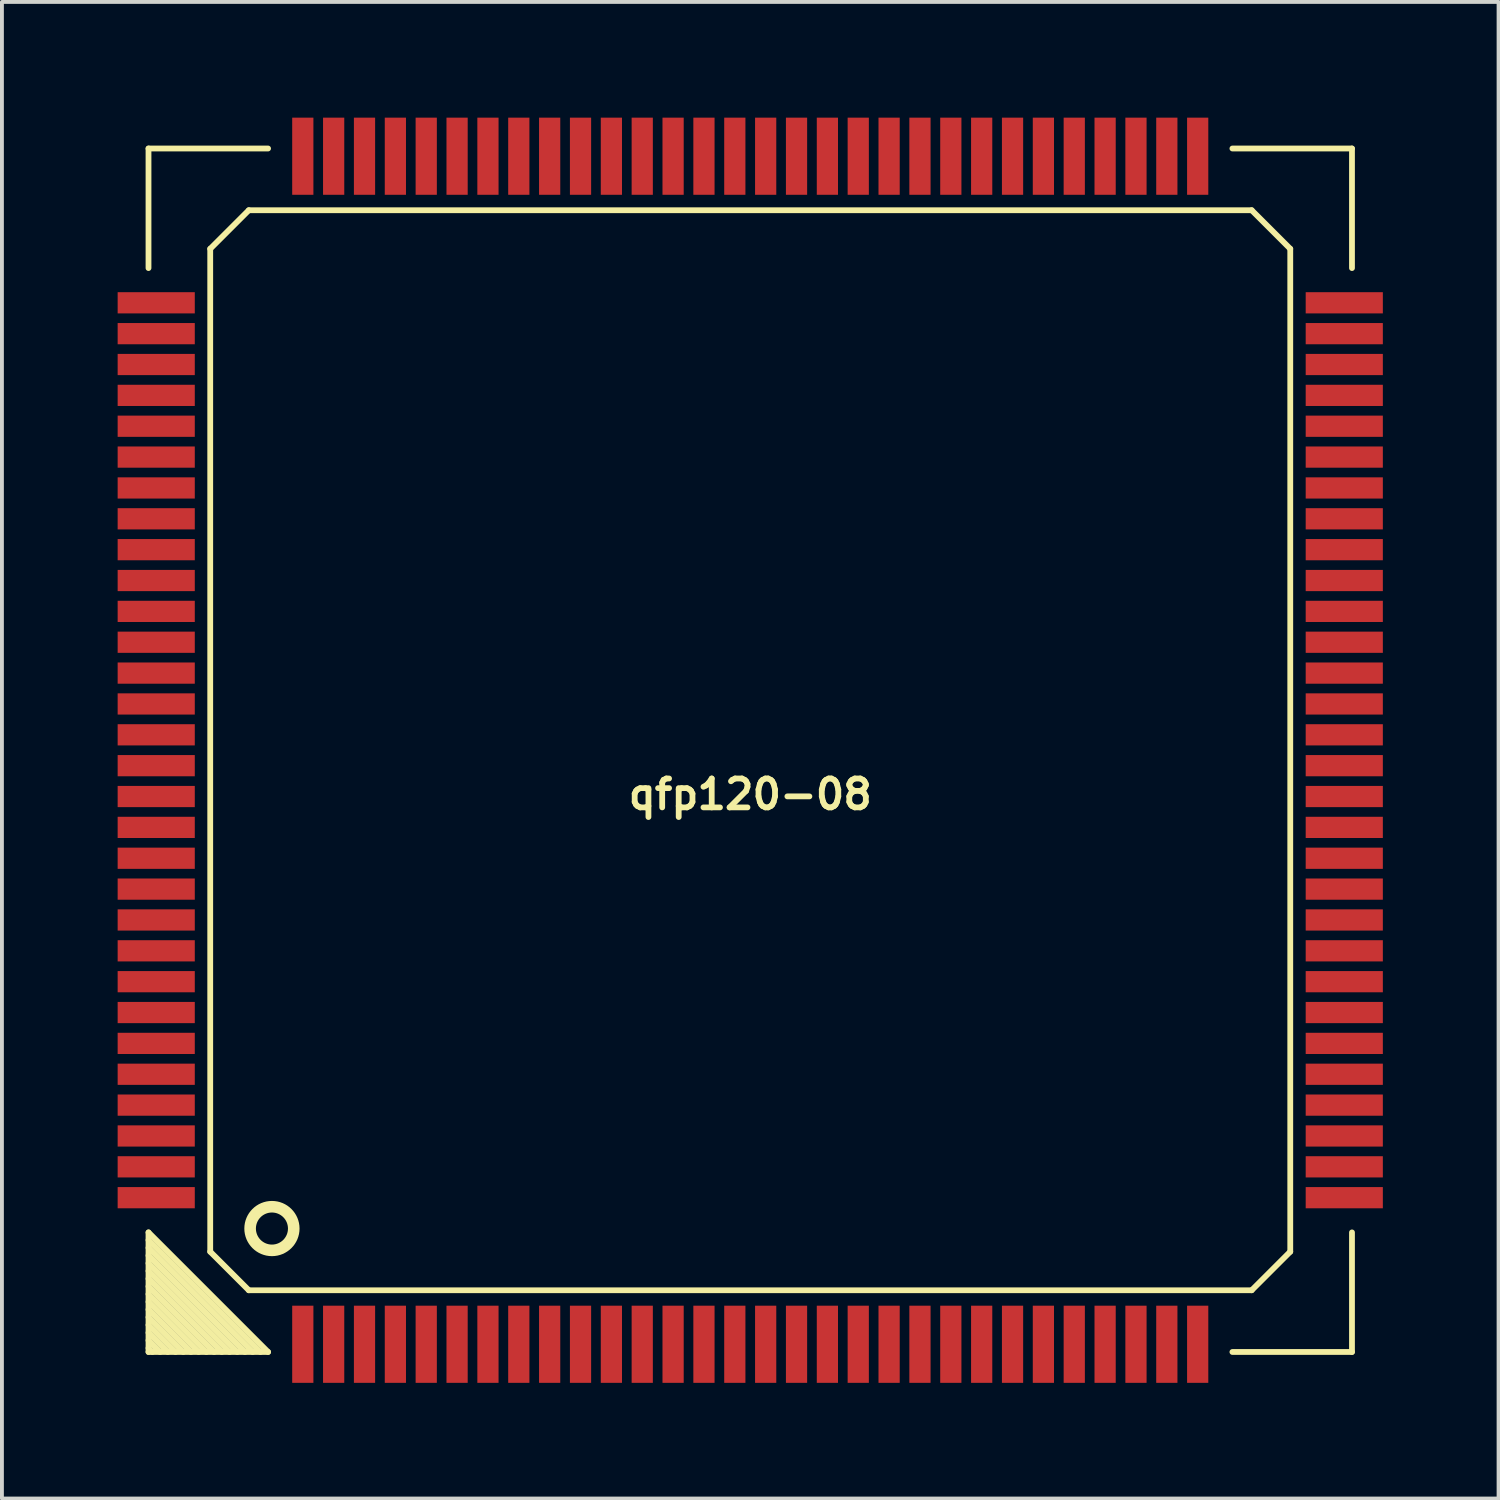
<source format=kicad_pcb>
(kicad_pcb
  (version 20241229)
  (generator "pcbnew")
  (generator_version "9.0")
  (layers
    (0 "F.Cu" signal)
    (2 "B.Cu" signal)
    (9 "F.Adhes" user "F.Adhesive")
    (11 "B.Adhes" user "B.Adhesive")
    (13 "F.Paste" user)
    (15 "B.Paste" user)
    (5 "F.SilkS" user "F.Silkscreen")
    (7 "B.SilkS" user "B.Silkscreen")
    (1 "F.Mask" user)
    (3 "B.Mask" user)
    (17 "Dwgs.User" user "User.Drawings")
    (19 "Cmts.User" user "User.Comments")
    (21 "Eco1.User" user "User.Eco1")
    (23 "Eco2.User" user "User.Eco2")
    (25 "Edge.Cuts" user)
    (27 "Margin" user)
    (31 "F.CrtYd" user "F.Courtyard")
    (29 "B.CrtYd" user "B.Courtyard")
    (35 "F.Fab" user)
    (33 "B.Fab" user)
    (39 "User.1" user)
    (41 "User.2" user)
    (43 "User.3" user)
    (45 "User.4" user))
  (footprint "qfp120-08"
    (layer "F.Cu")
    (at 16.4 16.4)
    (property "Reference" "qfp120-08" (at 0 1.143 0) (layer "F.SilkS") (effects (font (size 0.749 0.749) (thickness 0.15))))
    (attr smd)
    (fp_line (start -15.6 -15.6) (end -12.5 -15.6) (stroke (width 0.15) (type solid)) (layer "F.SilkS"))
    (fp_line (start -15.6 -12.5) (end -15.6 -15.6) (stroke (width 0.15) (type solid)) (layer "F.SilkS"))
    (fp_line (start -15.6 12.7) (end -12.7 15.6) (stroke (width 0.15) (type solid)) (layer "F.SilkS"))
    (fp_line (start -15.6 14.3) (end -14.3 15.6) (stroke (width 0.15) (type solid)) (layer "F.SilkS"))
    (fp_line (start -15.6 14.7) (end -14.7 15.6) (stroke (width 0.15) (type solid)) (layer "F.SilkS"))
    (fp_line (start -15.6 15.1) (end -15.1 15.6) (stroke (width 0.15) (type solid)) (layer "F.SilkS"))
    (fp_line (start -15.6 15.5) (end -15.5 15.6) (stroke (width 0.15) (type solid)) (layer "F.SilkS"))
    (fp_line (start -15.6 15.6) (end -15.6 12.5) (stroke (width 0.15) (type solid)) (layer "F.SilkS"))
    (fp_line (start -15.3 15.6) (end -15.6 15.3) (stroke (width 0.15) (type solid)) (layer "F.SilkS"))
    (fp_line (start -14.9 15.6) (end -15.6 14.9) (stroke (width 0.15) (type solid)) (layer "F.SilkS"))
    (fp_line (start -14.5 15.6) (end -15.6 14.5) (stroke (width 0.15) (type solid)) (layer "F.SilkS"))
    (fp_line (start -14.1 15.6) (end -15.6 14.1) (stroke (width 0.15) (type solid)) (layer "F.SilkS"))
    (fp_line (start -14 -13) (end -13 -14) (stroke (width 0.15) (type solid)) (layer "F.SilkS"))
    (fp_line (start -14 13) (end -14 -13) (stroke (width 0.15) (type solid)) (layer "F.SilkS"))
    (fp_line (start -13.9 15.6) (end -15.6 13.9) (stroke (width 0.15) (type solid)) (layer "F.SilkS"))
    (fp_line (start -13.7 15.6) (end -15.6 13.7) (stroke (width 0.15) (type solid)) (layer "F.SilkS"))
    (fp_line (start -13.5 15.6) (end -15.6 13.5) (stroke (width 0.15) (type solid)) (layer "F.SilkS"))
    (fp_line (start -13.3 15.6) (end -15.6 13.3) (stroke (width 0.15) (type solid)) (layer "F.SilkS"))
    (fp_line (start -13.1 15.6) (end -15.6 13.1) (stroke (width 0.15) (type solid)) (layer "F.SilkS"))
    (fp_line (start -13 -14) (end 13 -14) (stroke (width 0.15) (type solid)) (layer "F.SilkS"))
    (fp_line (start -13 14) (end -14 13) (stroke (width 0.15) (type solid)) (layer "F.SilkS"))
    (fp_line (start -12.9 15.6) (end -15.6 12.9) (stroke (width 0.15) (type solid)) (layer "F.SilkS"))
    (fp_line (start -12.5 15.6) (end -15.6 12.5) (stroke (width 0.15) (type solid)) (layer "F.SilkS"))
    (fp_line (start -12.5 15.6) (end -15.6 15.6) (stroke (width 0.15) (type solid)) (layer "F.SilkS"))
    (fp_line (start 12.5 -15.6) (end 15.6 -15.6) (stroke (width 0.15) (type solid)) (layer "F.SilkS"))
    (fp_line (start 13 -14) (end 14 -13) (stroke (width 0.15) (type solid)) (layer "F.SilkS"))
    (fp_line (start 13 14) (end -13 14) (stroke (width 0.15) (type solid)) (layer "F.SilkS"))
    (fp_line (start 14 13) (end 13 14) (stroke (width 0.15) (type solid)) (layer "F.SilkS"))
    (fp_line (start 14 13) (end 14 -13) (stroke (width 0.15) (type solid)) (layer "F.SilkS"))
    (fp_line (start 15.6 -15.6) (end 15.6 -12.5) (stroke (width 0.15) (type solid)) (layer "F.SilkS"))
    (fp_line (start 15.6 12.5) (end 15.6 15.6) (stroke (width 0.15) (type solid)) (layer "F.SilkS"))
    (fp_line (start 15.6 15.6) (end 12.5 15.6) (stroke (width 0.15) (type solid)) (layer "F.SilkS"))
    (fp_circle (center -12.4 12.4) (end -12.8 12.8) (stroke (width 0.3) (type solid)) (fill no) (layer "F.SilkS"))
    (pad "1" smd rect (at -11.6 15.4) (size 0.55 2) (layers "F.Cu" "F.Mask" "F.Paste"))
    (pad "2" smd rect (at -10.8 15.4) (size 0.55 2) (layers "F.Cu" "F.Mask" "F.Paste"))
    (pad "3" smd rect (at -10 15.4) (size 0.55 2) (layers "F.Cu" "F.Mask" "F.Paste"))
    (pad "4" smd rect (at -9.2 15.4) (size 0.55 2) (layers "F.Cu" "F.Mask" "F.Paste"))
    (pad "5" smd rect (at -8.4 15.4) (size 0.55 2) (layers "F.Cu" "F.Mask" "F.Paste"))
    (pad "6" smd rect (at -7.6 15.4) (size 0.55 2) (layers "F.Cu" "F.Mask" "F.Paste"))
    (pad "7" smd rect (at -6.8 15.4) (size 0.55 2) (layers "F.Cu" "F.Mask" "F.Paste"))
    (pad "8" smd rect (at -6 15.4) (size 0.55 2) (layers "F.Cu" "F.Mask" "F.Paste"))
    (pad "9" smd rect (at -5.2 15.4) (size 0.55 2) (layers "F.Cu" "F.Mask" "F.Paste"))
    (pad "10" smd rect (at -4.4 15.4) (size 0.55 2) (layers "F.Cu" "F.Mask" "F.Paste"))
    (pad "11" smd rect (at -3.6 15.4) (size 0.55 2) (layers "F.Cu" "F.Mask" "F.Paste"))
    (pad "12" smd rect (at -2.8 15.4) (size 0.55 2) (layers "F.Cu" "F.Mask" "F.Paste"))
    (pad "13" smd rect (at -2 15.4) (size 0.55 2) (layers "F.Cu" "F.Mask" "F.Paste"))
    (pad "14" smd rect (at -1.2 15.4) (size 0.55 2) (layers "F.Cu" "F.Mask" "F.Paste"))
    (pad "15" smd rect (at -0.4 15.4) (size 0.55 2) (layers "F.Cu" "F.Mask" "F.Paste"))
    (pad "16" smd rect (at 0.4 15.4) (size 0.55 2) (layers "F.Cu" "F.Mask" "F.Paste"))
    (pad "17" smd rect (at 1.2 15.4) (size 0.55 2) (layers "F.Cu" "F.Mask" "F.Paste"))
    (pad "18" smd rect (at 2 15.4) (size 0.55 2) (layers "F.Cu" "F.Mask" "F.Paste"))
    (pad "19" smd rect (at 2.8 15.4) (size 0.55 2) (layers "F.Cu" "F.Mask" "F.Paste"))
    (pad "20" smd rect (at 3.6 15.4) (size 0.55 2) (layers "F.Cu" "F.Mask" "F.Paste"))
    (pad "21" smd rect (at 4.4 15.4) (size 0.55 2) (layers "F.Cu" "F.Mask" "F.Paste"))
    (pad "22" smd rect (at 5.2 15.4) (size 0.55 2) (layers "F.Cu" "F.Mask" "F.Paste"))
    (pad "23" smd rect (at 6 15.4) (size 0.55 2) (layers "F.Cu" "F.Mask" "F.Paste"))
    (pad "24" smd rect (at 6.8 15.4) (size 0.55 2) (layers "F.Cu" "F.Mask" "F.Paste"))
    (pad "25" smd rect (at 7.6 15.4) (size 0.55 2) (layers "F.Cu" "F.Mask" "F.Paste"))
    (pad "26" smd rect (at 8.4 15.4) (size 0.55 2) (layers "F.Cu" "F.Mask" "F.Paste"))
    (pad "27" smd rect (at 9.2 15.4) (size 0.55 2) (layers "F.Cu" "F.Mask" "F.Paste"))
    (pad "28" smd rect (at 10 15.4) (size 0.55 2) (layers "F.Cu" "F.Mask" "F.Paste"))
    (pad "29" smd rect (at 10.8 15.4) (size 0.55 2) (layers "F.Cu" "F.Mask" "F.Paste"))
    (pad "30" smd rect (at 11.6 15.4) (size 0.55 2) (layers "F.Cu" "F.Mask" "F.Paste"))
    (pad "31" smd rect (at 15.4 11.6) (size 2 0.55) (layers "F.Cu" "F.Mask" "F.Paste"))
    (pad "32" smd rect (at 15.4 10.8) (size 2 0.55) (layers "F.Cu" "F.Mask" "F.Paste"))
    (pad "33" smd rect (at 15.4 10) (size 2 0.55) (layers "F.Cu" "F.Mask" "F.Paste"))
    (pad "34" smd rect (at 15.4 9.2) (size 2 0.55) (layers "F.Cu" "F.Mask" "F.Paste"))
    (pad "35" smd rect (at 15.4 8.4) (size 2 0.55) (layers "F.Cu" "F.Mask" "F.Paste"))
    (pad "36" smd rect (at 15.4 7.6) (size 2 0.55) (layers "F.Cu" "F.Mask" "F.Paste"))
    (pad "37" smd rect (at 15.4 6.8) (size 2 0.55) (layers "F.Cu" "F.Mask" "F.Paste"))
    (pad "38" smd rect (at 15.4 6) (size 2 0.55) (layers "F.Cu" "F.Mask" "F.Paste"))
    (pad "39" smd rect (at 15.4 5.2) (size 2 0.55) (layers "F.Cu" "F.Mask" "F.Paste"))
    (pad "40" smd rect (at 15.4 4.4) (size 2 0.55) (layers "F.Cu" "F.Mask" "F.Paste"))
    (pad "41" smd rect (at 15.4 3.6) (size 2 0.55) (layers "F.Cu" "F.Mask" "F.Paste"))
    (pad "42" smd rect (at 15.4 2.8) (size 2 0.55) (layers "F.Cu" "F.Mask" "F.Paste"))
    (pad "43" smd rect (at 15.4 2) (size 2 0.55) (layers "F.Cu" "F.Mask" "F.Paste"))
    (pad "44" smd rect (at 15.4 1.2) (size 2 0.55) (layers "F.Cu" "F.Mask" "F.Paste"))
    (pad "45" smd rect (at 15.4 0.4) (size 2 0.55) (layers "F.Cu" "F.Mask" "F.Paste"))
    (pad "46" smd rect (at 15.4 -0.4) (size 2 0.55) (layers "F.Cu" "F.Mask" "F.Paste"))
    (pad "47" smd rect (at 15.4 -1.2) (size 2 0.55) (layers "F.Cu" "F.Mask" "F.Paste"))
    (pad "48" smd rect (at 15.4 -2) (size 2 0.55) (layers "F.Cu" "F.Mask" "F.Paste"))
    (pad "49" smd rect (at 15.4 -2.8) (size 2 0.55) (layers "F.Cu" "F.Mask" "F.Paste"))
    (pad "50" smd rect (at 15.4 -3.6) (size 2 0.55) (layers "F.Cu" "F.Mask" "F.Paste"))
    (pad "51" smd rect (at 15.4 -4.4) (size 2 0.55) (layers "F.Cu" "F.Mask" "F.Paste"))
    (pad "52" smd rect (at 15.4 -5.2) (size 2 0.55) (layers "F.Cu" "F.Mask" "F.Paste"))
    (pad "53" smd rect (at 15.4 -6) (size 2 0.55) (layers "F.Cu" "F.Mask" "F.Paste"))
    (pad "54" smd rect (at 15.4 -6.8) (size 2 0.55) (layers "F.Cu" "F.Mask" "F.Paste"))
    (pad "55" smd rect (at 15.4 -7.6) (size 2 0.55) (layers "F.Cu" "F.Mask" "F.Paste"))
    (pad "56" smd rect (at 15.4 -8.4) (size 2 0.55) (layers "F.Cu" "F.Mask" "F.Paste"))
    (pad "57" smd rect (at 15.4 -9.2) (size 2 0.55) (layers "F.Cu" "F.Mask" "F.Paste"))
    (pad "58" smd rect (at 15.4 -10) (size 2 0.55) (layers "F.Cu" "F.Mask" "F.Paste"))
    (pad "59" smd rect (at 15.4 -10.8) (size 2 0.55) (layers "F.Cu" "F.Mask" "F.Paste"))
    (pad "60" smd rect (at 15.4 -11.6) (size 2 0.55) (layers "F.Cu" "F.Mask" "F.Paste"))
    (pad "61" smd rect (at 11.6 -15.4) (size 0.55 2) (layers "F.Cu" "F.Mask" "F.Paste"))
    (pad "62" smd rect (at 10.8 -15.4) (size 0.55 2) (layers "F.Cu" "F.Mask" "F.Paste"))
    (pad "63" smd rect (at 10 -15.4) (size 0.55 2) (layers "F.Cu" "F.Mask" "F.Paste"))
    (pad "64" smd rect (at 9.2 -15.4) (size 0.55 2) (layers "F.Cu" "F.Mask" "F.Paste"))
    (pad "65" smd rect (at 8.4 -15.4) (size 0.55 2) (layers "F.Cu" "F.Mask" "F.Paste"))
    (pad "66" smd rect (at 7.6 -15.4) (size 0.55 2) (layers "F.Cu" "F.Mask" "F.Paste"))
    (pad "67" smd rect (at 6.8 -15.4) (size 0.55 2) (layers "F.Cu" "F.Mask" "F.Paste"))
    (pad "68" smd rect (at 6 -15.4) (size 0.55 2) (layers "F.Cu" "F.Mask" "F.Paste"))
    (pad "69" smd rect (at 5.2 -15.4) (size 0.55 2) (layers "F.Cu" "F.Mask" "F.Paste"))
    (pad "70" smd rect (at 4.4 -15.4) (size 0.55 2) (layers "F.Cu" "F.Mask" "F.Paste"))
    (pad "71" smd rect (at 3.6 -15.4) (size 0.55 2) (layers "F.Cu" "F.Mask" "F.Paste"))
    (pad "72" smd rect (at 2.8 -15.4) (size 0.55 2) (layers "F.Cu" "F.Mask" "F.Paste"))
    (pad "73" smd rect (at 2 -15.4) (size 0.55 2) (layers "F.Cu" "F.Mask" "F.Paste"))
    (pad "74" smd rect (at 1.2 -15.4) (size 0.55 2) (layers "F.Cu" "F.Mask" "F.Paste"))
    (pad "75" smd rect (at 0.4 -15.4) (size 0.55 2) (layers "F.Cu" "F.Mask" "F.Paste"))
    (pad "76" smd rect (at -0.4 -15.4) (size 0.55 2) (layers "F.Cu" "F.Mask" "F.Paste"))
    (pad "77" smd rect (at -1.2 -15.4) (size 0.55 2) (layers "F.Cu" "F.Mask" "F.Paste"))
    (pad "78" smd rect (at -2 -15.4) (size 0.55 2) (layers "F.Cu" "F.Mask" "F.Paste"))
    (pad "79" smd rect (at -2.8 -15.4) (size 0.55 2) (layers "F.Cu" "F.Mask" "F.Paste"))
    (pad "80" smd rect (at -3.6 -15.4) (size 0.55 2) (layers "F.Cu" "F.Mask" "F.Paste"))
    (pad "81" smd rect (at -4.4 -15.4) (size 0.55 2) (layers "F.Cu" "F.Mask" "F.Paste"))
    (pad "82" smd rect (at -5.2 -15.4) (size 0.55 2) (layers "F.Cu" "F.Mask" "F.Paste"))
    (pad "83" smd rect (at -6 -15.4) (size 0.55 2) (layers "F.Cu" "F.Mask" "F.Paste"))
    (pad "84" smd rect (at -6.8 -15.4) (size 0.55 2) (layers "F.Cu" "F.Mask" "F.Paste"))
    (pad "85" smd rect (at -7.6 -15.4) (size 0.55 2) (layers "F.Cu" "F.Mask" "F.Paste"))
    (pad "86" smd rect (at -8.4 -15.4) (size 0.55 2) (layers "F.Cu" "F.Mask" "F.Paste"))
    (pad "87" smd rect (at -9.2 -15.4) (size 0.55 2) (layers "F.Cu" "F.Mask" "F.Paste"))
    (pad "88" smd rect (at -10 -15.4) (size 0.55 2) (layers "F.Cu" "F.Mask" "F.Paste"))
    (pad "89" smd rect (at -10.8 -15.4) (size 0.55 2) (layers "F.Cu" "F.Mask" "F.Paste"))
    (pad "90" smd rect (at -11.6 -15.4) (size 0.55 2) (layers "F.Cu" "F.Mask" "F.Paste"))
    (pad "91" smd rect (at -15.4 -11.6) (size 2 0.55) (layers "F.Cu" "F.Mask" "F.Paste"))
    (pad "92" smd rect (at -15.4 -10.8) (size 2 0.55) (layers "F.Cu" "F.Mask" "F.Paste"))
    (pad "93" smd rect (at -15.4 -10) (size 2 0.55) (layers "F.Cu" "F.Mask" "F.Paste"))
    (pad "94" smd rect (at -15.4 -9.2) (size 2 0.55) (layers "F.Cu" "F.Mask" "F.Paste"))
    (pad "95" smd rect (at -15.4 -8.4) (size 2 0.55) (layers "F.Cu" "F.Mask" "F.Paste"))
    (pad "96" smd rect (at -15.4 -7.6) (size 2 0.55) (layers "F.Cu" "F.Mask" "F.Paste"))
    (pad "97" smd rect (at -15.4 -6.8) (size 2 0.55) (layers "F.Cu" "F.Mask" "F.Paste"))
    (pad "98" smd rect (at -15.4 -6) (size 2 0.55) (layers "F.Cu" "F.Mask" "F.Paste"))
    (pad "99" smd rect (at -15.4 -5.2) (size 2 0.55) (layers "F.Cu" "F.Mask" "F.Paste"))
    (pad "100" smd rect (at -15.4 -4.4) (size 2 0.55) (layers "F.Cu" "F.Mask" "F.Paste"))
    (pad "101" smd rect (at -15.4 -3.6) (size 2 0.55) (layers "F.Cu" "F.Mask" "F.Paste"))
    (pad "102" smd rect (at -15.4 -2.8) (size 2 0.55) (layers "F.Cu" "F.Mask" "F.Paste"))
    (pad "103" smd rect (at -15.4 -2) (size 2 0.55) (layers "F.Cu" "F.Mask" "F.Paste"))
    (pad "104" smd rect (at -15.4 -1.2) (size 2 0.55) (layers "F.Cu" "F.Mask" "F.Paste"))
    (pad "105" smd rect (at -15.4 -0.4) (size 2 0.55) (layers "F.Cu" "F.Mask" "F.Paste"))
    (pad "106" smd rect (at -15.4 0.4) (size 2 0.55) (layers "F.Cu" "F.Mask" "F.Paste"))
    (pad "107" smd rect (at -15.4 1.2) (size 2 0.55) (layers "F.Cu" "F.Mask" "F.Paste"))
    (pad "108" smd rect (at -15.4 2) (size 2 0.55) (layers "F.Cu" "F.Mask" "F.Paste"))
    (pad "109" smd rect (at -15.4 2.8) (size 2 0.55) (layers "F.Cu" "F.Mask" "F.Paste"))
    (pad "110" smd rect (at -15.4 3.6) (size 2 0.55) (layers "F.Cu" "F.Mask" "F.Paste"))
    (pad "111" smd rect (at -15.4 4.4) (size 2 0.55) (layers "F.Cu" "F.Mask" "F.Paste"))
    (pad "112" smd rect (at -15.4 5.2) (size 2 0.55) (layers "F.Cu" "F.Mask" "F.Paste"))
    (pad "113" smd rect (at -15.4 6) (size 2 0.55) (layers "F.Cu" "F.Mask" "F.Paste"))
    (pad "114" smd rect (at -15.4 6.8) (size 2 0.55) (layers "F.Cu" "F.Mask" "F.Paste"))
    (pad "115" smd rect (at -15.4 7.6) (size 2 0.55) (layers "F.Cu" "F.Mask" "F.Paste"))
    (pad "116" smd rect (at -15.4 8.4) (size 2 0.55) (layers "F.Cu" "F.Mask" "F.Paste"))
    (pad "117" smd rect (at -15.4 9.2) (size 2 0.55) (layers "F.Cu" "F.Mask" "F.Paste"))
    (pad "118" smd rect (at -15.4 10) (size 2 0.55) (layers "F.Cu" "F.Mask" "F.Paste"))
    (pad "119" smd rect (at -15.4 10.8) (size 2 0.55) (layers "F.Cu" "F.Mask" "F.Paste"))
    (pad "120" smd rect (at -15.4 11.6) (size 2 0.55) (layers "F.Cu" "F.Mask" "F.Paste")))
  (gr_rect
    (start -3 -3)
    (end 35.8 35.8)
    (stroke (width 0.1) (type default))
    (fill no)
    (layer "Edge.Cuts")))
</source>
